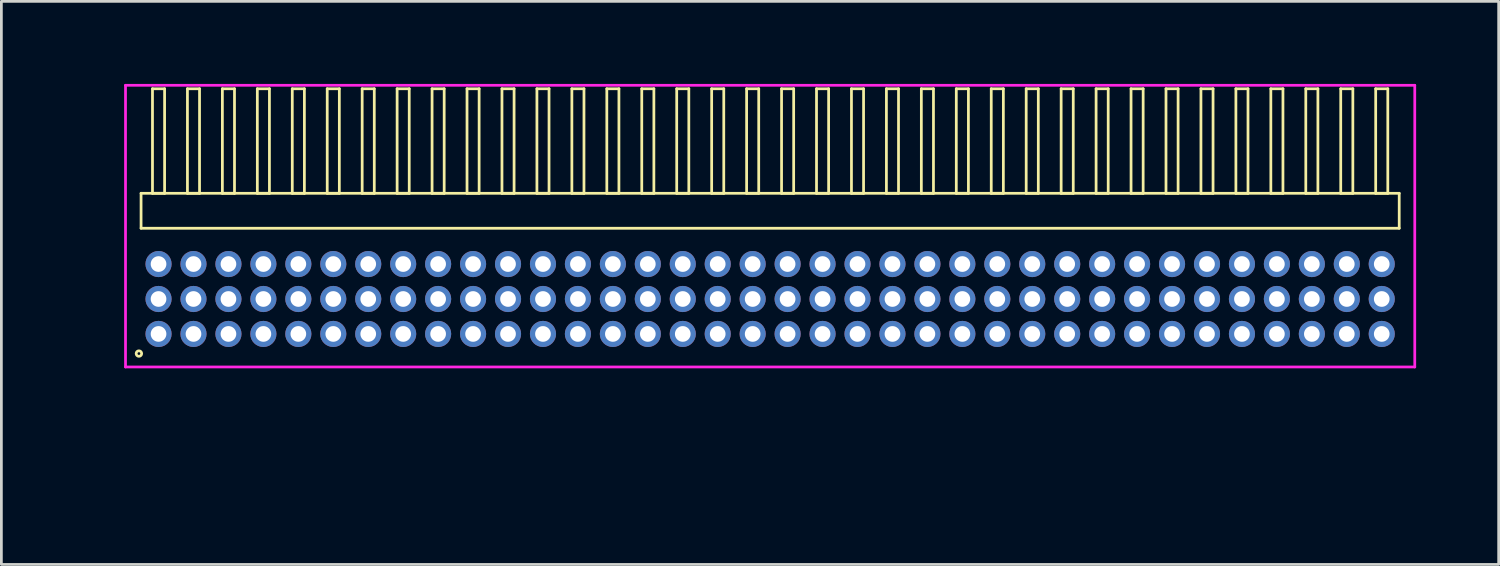
<source format=kicad_pcb>
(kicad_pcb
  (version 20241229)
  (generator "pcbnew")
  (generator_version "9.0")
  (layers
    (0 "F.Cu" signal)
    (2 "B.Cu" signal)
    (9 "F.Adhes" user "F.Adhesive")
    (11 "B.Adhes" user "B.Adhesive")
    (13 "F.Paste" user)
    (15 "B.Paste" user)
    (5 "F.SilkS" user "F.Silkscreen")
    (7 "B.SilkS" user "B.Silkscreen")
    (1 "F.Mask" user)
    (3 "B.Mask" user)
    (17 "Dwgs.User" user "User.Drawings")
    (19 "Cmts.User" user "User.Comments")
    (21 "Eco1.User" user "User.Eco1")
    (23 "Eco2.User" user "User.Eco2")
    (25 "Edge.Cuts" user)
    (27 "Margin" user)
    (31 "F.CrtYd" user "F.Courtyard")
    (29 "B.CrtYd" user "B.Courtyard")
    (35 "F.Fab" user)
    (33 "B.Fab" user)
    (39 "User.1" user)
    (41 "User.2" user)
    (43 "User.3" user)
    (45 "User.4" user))
  (footprint "HDR_RA127P36x3"
    (layer "F.Cu")
    (at 24.936 7.815)
    (property "Reference" "HDR_RA127P36x3" (at -24.175 0 90) (layer "User.1") (effects (font (size 1 1) (thickness 0.1))))
    (attr through_hole)
    (fp_line (start -22.86 -3.84) (end -22.86 -2.57) (stroke (width 0.1) (type solid)) (layer "F.SilkS"))
    (fp_line (start -22.86 -2.57) (end 22.86 -2.57) (stroke (width 0.1) (type solid)) (layer "F.SilkS"))
    (fp_line (start -22.445 -7.64) (end -22.445 -3.84) (stroke (width 0.1) (type solid)) (layer "F.SilkS"))
    (fp_line (start -22.445 -3.84) (end -22.005 -3.84) (stroke (width 0.1) (type solid)) (layer "F.SilkS"))
    (fp_line (start -22.005 -7.64) (end -22.445 -7.64) (stroke (width 0.1) (type solid)) (layer "F.SilkS"))
    (fp_line (start -22.005 -3.84) (end -22.005 -7.64) (stroke (width 0.1) (type solid)) (layer "F.SilkS"))
    (fp_line (start -21.175 -7.64) (end -21.175 -3.84) (stroke (width 0.1) (type solid)) (layer "F.SilkS"))
    (fp_line (start -21.175 -3.84) (end -20.735 -3.84) (stroke (width 0.1) (type solid)) (layer "F.SilkS"))
    (fp_line (start -20.735 -7.64) (end -21.175 -7.64) (stroke (width 0.1) (type solid)) (layer "F.SilkS"))
    (fp_line (start -20.735 -3.84) (end -20.735 -7.64) (stroke (width 0.1) (type solid)) (layer "F.SilkS"))
    (fp_line (start -19.905 -7.64) (end -19.905 -3.84) (stroke (width 0.1) (type solid)) (layer "F.SilkS"))
    (fp_line (start -19.905 -3.84) (end -19.465 -3.84) (stroke (width 0.1) (type solid)) (layer "F.SilkS"))
    (fp_line (start -19.465 -7.64) (end -19.905 -7.64) (stroke (width 0.1) (type solid)) (layer "F.SilkS"))
    (fp_line (start -19.465 -3.84) (end -19.465 -7.64) (stroke (width 0.1) (type solid)) (layer "F.SilkS"))
    (fp_line (start -18.635 -7.64) (end -18.635 -3.84) (stroke (width 0.1) (type solid)) (layer "F.SilkS"))
    (fp_line (start -18.635 -3.84) (end -18.195 -3.84) (stroke (width 0.1) (type solid)) (layer "F.SilkS"))
    (fp_line (start -18.195 -7.64) (end -18.635 -7.64) (stroke (width 0.1) (type solid)) (layer "F.SilkS"))
    (fp_line (start -18.195 -3.84) (end -18.195 -7.64) (stroke (width 0.1) (type solid)) (layer "F.SilkS"))
    (fp_line (start -17.365 -7.64) (end -17.365 -3.84) (stroke (width 0.1) (type solid)) (layer "F.SilkS"))
    (fp_line (start -17.365 -3.84) (end -16.925 -3.84) (stroke (width 0.1) (type solid)) (layer "F.SilkS"))
    (fp_line (start -16.925 -7.64) (end -17.365 -7.64) (stroke (width 0.1) (type solid)) (layer "F.SilkS"))
    (fp_line (start -16.925 -3.84) (end -16.925 -7.64) (stroke (width 0.1) (type solid)) (layer "F.SilkS"))
    (fp_line (start -16.095 -7.64) (end -16.095 -3.84) (stroke (width 0.1) (type solid)) (layer "F.SilkS"))
    (fp_line (start -16.095 -3.84) (end -15.655 -3.84) (stroke (width 0.1) (type solid)) (layer "F.SilkS"))
    (fp_line (start -15.655 -7.64) (end -16.095 -7.64) (stroke (width 0.1) (type solid)) (layer "F.SilkS"))
    (fp_line (start -15.655 -3.84) (end -15.655 -7.64) (stroke (width 0.1) (type solid)) (layer "F.SilkS"))
    (fp_line (start -14.825 -7.64) (end -14.825 -3.84) (stroke (width 0.1) (type solid)) (layer "F.SilkS"))
    (fp_line (start -14.825 -3.84) (end -14.385 -3.84) (stroke (width 0.1) (type solid)) (layer "F.SilkS"))
    (fp_line (start -14.385 -7.64) (end -14.825 -7.64) (stroke (width 0.1) (type solid)) (layer "F.SilkS"))
    (fp_line (start -14.385 -3.84) (end -14.385 -7.64) (stroke (width 0.1) (type solid)) (layer "F.SilkS"))
    (fp_line (start -13.555 -7.64) (end -13.555 -3.84) (stroke (width 0.1) (type solid)) (layer "F.SilkS"))
    (fp_line (start -13.555 -3.84) (end -13.115 -3.84) (stroke (width 0.1) (type solid)) (layer "F.SilkS"))
    (fp_line (start -13.115 -7.64) (end -13.555 -7.64) (stroke (width 0.1) (type solid)) (layer "F.SilkS"))
    (fp_line (start -13.115 -3.84) (end -13.115 -7.64) (stroke (width 0.1) (type solid)) (layer "F.SilkS"))
    (fp_line (start -12.285 -7.64) (end -12.285 -3.84) (stroke (width 0.1) (type solid)) (layer "F.SilkS"))
    (fp_line (start -12.285 -3.84) (end -11.845 -3.84) (stroke (width 0.1) (type solid)) (layer "F.SilkS"))
    (fp_line (start -11.845 -7.64) (end -12.285 -7.64) (stroke (width 0.1) (type solid)) (layer "F.SilkS"))
    (fp_line (start -11.845 -3.84) (end -11.845 -7.64) (stroke (width 0.1) (type solid)) (layer "F.SilkS"))
    (fp_line (start -11.015 -7.64) (end -11.015 -3.84) (stroke (width 0.1) (type solid)) (layer "F.SilkS"))
    (fp_line (start -11.015 -3.84) (end -10.575 -3.84) (stroke (width 0.1) (type solid)) (layer "F.SilkS"))
    (fp_line (start -10.575 -7.64) (end -11.015 -7.64) (stroke (width 0.1) (type solid)) (layer "F.SilkS"))
    (fp_line (start -10.575 -3.84) (end -10.575 -7.64) (stroke (width 0.1) (type solid)) (layer "F.SilkS"))
    (fp_line (start -9.745 -7.64) (end -9.745 -3.84) (stroke (width 0.1) (type solid)) (layer "F.SilkS"))
    (fp_line (start -9.745 -3.84) (end -9.305 -3.84) (stroke (width 0.1) (type solid)) (layer "F.SilkS"))
    (fp_line (start -9.305 -7.64) (end -9.745 -7.64) (stroke (width 0.1) (type solid)) (layer "F.SilkS"))
    (fp_line (start -9.305 -3.84) (end -9.305 -7.64) (stroke (width 0.1) (type solid)) (layer "F.SilkS"))
    (fp_line (start -8.475 -7.64) (end -8.475 -3.84) (stroke (width 0.1) (type solid)) (layer "F.SilkS"))
    (fp_line (start -8.475 -3.84) (end -8.035 -3.84) (stroke (width 0.1) (type solid)) (layer "F.SilkS"))
    (fp_line (start -8.035 -7.64) (end -8.475 -7.64) (stroke (width 0.1) (type solid)) (layer "F.SilkS"))
    (fp_line (start -8.035 -3.84) (end -8.035 -7.64) (stroke (width 0.1) (type solid)) (layer "F.SilkS"))
    (fp_line (start -7.205 -7.64) (end -7.205 -3.84) (stroke (width 0.1) (type solid)) (layer "F.SilkS"))
    (fp_line (start -7.205 -3.84) (end -6.765 -3.84) (stroke (width 0.1) (type solid)) (layer "F.SilkS"))
    (fp_line (start -6.765 -7.64) (end -7.205 -7.64) (stroke (width 0.1) (type solid)) (layer "F.SilkS"))
    (fp_line (start -6.765 -3.84) (end -6.765 -7.64) (stroke (width 0.1) (type solid)) (layer "F.SilkS"))
    (fp_line (start -5.935 -7.64) (end -5.935 -3.84) (stroke (width 0.1) (type solid)) (layer "F.SilkS"))
    (fp_line (start -5.935 -3.84) (end -5.495 -3.84) (stroke (width 0.1) (type solid)) (layer "F.SilkS"))
    (fp_line (start -5.495 -7.64) (end -5.935 -7.64) (stroke (width 0.1) (type solid)) (layer "F.SilkS"))
    (fp_line (start -5.495 -3.84) (end -5.495 -7.64) (stroke (width 0.1) (type solid)) (layer "F.SilkS"))
    (fp_line (start -4.665 -7.64) (end -4.665 -3.84) (stroke (width 0.1) (type solid)) (layer "F.SilkS"))
    (fp_line (start -4.665 -3.84) (end -4.225 -3.84) (stroke (width 0.1) (type solid)) (layer "F.SilkS"))
    (fp_line (start -4.225 -7.64) (end -4.665 -7.64) (stroke (width 0.1) (type solid)) (layer "F.SilkS"))
    (fp_line (start -4.225 -3.84) (end -4.225 -7.64) (stroke (width 0.1) (type solid)) (layer "F.SilkS"))
    (fp_line (start -3.395 -7.64) (end -3.395 -3.84) (stroke (width 0.1) (type solid)) (layer "F.SilkS"))
    (fp_line (start -3.395 -3.84) (end -2.955 -3.84) (stroke (width 0.1) (type solid)) (layer "F.SilkS"))
    (fp_line (start -2.955 -7.64) (end -3.395 -7.64) (stroke (width 0.1) (type solid)) (layer "F.SilkS"))
    (fp_line (start -2.955 -3.84) (end -2.955 -7.64) (stroke (width 0.1) (type solid)) (layer "F.SilkS"))
    (fp_line (start -2.125 -7.64) (end -2.125 -3.84) (stroke (width 0.1) (type solid)) (layer "F.SilkS"))
    (fp_line (start -2.125 -3.84) (end -1.685 -3.84) (stroke (width 0.1) (type solid)) (layer "F.SilkS"))
    (fp_line (start -1.685 -7.64) (end -2.125 -7.64) (stroke (width 0.1) (type solid)) (layer "F.SilkS"))
    (fp_line (start -1.685 -3.84) (end -1.685 -7.64) (stroke (width 0.1) (type solid)) (layer "F.SilkS"))
    (fp_line (start -0.855 -7.64) (end -0.855 -3.84) (stroke (width 0.1) (type solid)) (layer "F.SilkS"))
    (fp_line (start -0.855 -3.84) (end -0.415 -3.84) (stroke (width 0.1) (type solid)) (layer "F.SilkS"))
    (fp_line (start -0.415 -7.64) (end -0.855 -7.64) (stroke (width 0.1) (type solid)) (layer "F.SilkS"))
    (fp_line (start -0.415 -3.84) (end -0.415 -7.64) (stroke (width 0.1) (type solid)) (layer "F.SilkS"))
    (fp_line (start 0.415 -7.64) (end 0.415 -3.84) (stroke (width 0.1) (type solid)) (layer "F.SilkS"))
    (fp_line (start 0.415 -3.84) (end 0.855 -3.84) (stroke (width 0.1) (type solid)) (layer "F.SilkS"))
    (fp_line (start 0.855 -7.64) (end 0.415 -7.64) (stroke (width 0.1) (type solid)) (layer "F.SilkS"))
    (fp_line (start 0.855 -3.84) (end 0.855 -7.64) (stroke (width 0.1) (type solid)) (layer "F.SilkS"))
    (fp_line (start 1.685 -7.64) (end 1.685 -3.84) (stroke (width 0.1) (type solid)) (layer "F.SilkS"))
    (fp_line (start 1.685 -3.84) (end 2.125 -3.84) (stroke (width 0.1) (type solid)) (layer "F.SilkS"))
    (fp_line (start 2.125 -7.64) (end 1.685 -7.64) (stroke (width 0.1) (type solid)) (layer "F.SilkS"))
    (fp_line (start 2.125 -3.84) (end 2.125 -7.64) (stroke (width 0.1) (type solid)) (layer "F.SilkS"))
    (fp_line (start 2.955 -7.64) (end 2.955 -3.84) (stroke (width 0.1) (type solid)) (layer "F.SilkS"))
    (fp_line (start 2.955 -3.84) (end 3.395 -3.84) (stroke (width 0.1) (type solid)) (layer "F.SilkS"))
    (fp_line (start 3.395 -7.64) (end 2.955 -7.64) (stroke (width 0.1) (type solid)) (layer "F.SilkS"))
    (fp_line (start 3.395 -3.84) (end 3.395 -7.64) (stroke (width 0.1) (type solid)) (layer "F.SilkS"))
    (fp_line (start 4.225 -7.64) (end 4.225 -3.84) (stroke (width 0.1) (type solid)) (layer "F.SilkS"))
    (fp_line (start 4.225 -3.84) (end 4.665 -3.84) (stroke (width 0.1) (type solid)) (layer "F.SilkS"))
    (fp_line (start 4.665 -7.64) (end 4.225 -7.64) (stroke (width 0.1) (type solid)) (layer "F.SilkS"))
    (fp_line (start 4.665 -3.84) (end 4.665 -7.64) (stroke (width 0.1) (type solid)) (layer "F.SilkS"))
    (fp_line (start 5.495 -7.64) (end 5.495 -3.84) (stroke (width 0.1) (type solid)) (layer "F.SilkS"))
    (fp_line (start 5.495 -3.84) (end 5.935 -3.84) (stroke (width 0.1) (type solid)) (layer "F.SilkS"))
    (fp_line (start 5.935 -7.64) (end 5.495 -7.64) (stroke (width 0.1) (type solid)) (layer "F.SilkS"))
    (fp_line (start 5.935 -3.84) (end 5.935 -7.64) (stroke (width 0.1) (type solid)) (layer "F.SilkS"))
    (fp_line (start 6.765 -7.64) (end 6.765 -3.84) (stroke (width 0.1) (type solid)) (layer "F.SilkS"))
    (fp_line (start 6.765 -3.84) (end 7.205 -3.84) (stroke (width 0.1) (type solid)) (layer "F.SilkS"))
    (fp_line (start 7.205 -7.64) (end 6.765 -7.64) (stroke (width 0.1) (type solid)) (layer "F.SilkS"))
    (fp_line (start 7.205 -3.84) (end 7.205 -7.64) (stroke (width 0.1) (type solid)) (layer "F.SilkS"))
    (fp_line (start 8.035 -7.64) (end 8.035 -3.84) (stroke (width 0.1) (type solid)) (layer "F.SilkS"))
    (fp_line (start 8.035 -3.84) (end 8.475 -3.84) (stroke (width 0.1) (type solid)) (layer "F.SilkS"))
    (fp_line (start 8.475 -7.64) (end 8.035 -7.64) (stroke (width 0.1) (type solid)) (layer "F.SilkS"))
    (fp_line (start 8.475 -3.84) (end 8.475 -7.64) (stroke (width 0.1) (type solid)) (layer "F.SilkS"))
    (fp_line (start 9.305 -7.64) (end 9.305 -3.84) (stroke (width 0.1) (type solid)) (layer "F.SilkS"))
    (fp_line (start 9.305 -3.84) (end 9.745 -3.84) (stroke (width 0.1) (type solid)) (layer "F.SilkS"))
    (fp_line (start 9.745 -7.64) (end 9.305 -7.64) (stroke (width 0.1) (type solid)) (layer "F.SilkS"))
    (fp_line (start 9.745 -3.84) (end 9.745 -7.64) (stroke (width 0.1) (type solid)) (layer "F.SilkS"))
    (fp_line (start 10.575 -7.64) (end 10.575 -3.84) (stroke (width 0.1) (type solid)) (layer "F.SilkS"))
    (fp_line (start 10.575 -3.84) (end 11.015 -3.84) (stroke (width 0.1) (type solid)) (layer "F.SilkS"))
    (fp_line (start 11.015 -7.64) (end 10.575 -7.64) (stroke (width 0.1) (type solid)) (layer "F.SilkS"))
    (fp_line (start 11.015 -3.84) (end 11.015 -7.64) (stroke (width 0.1) (type solid)) (layer "F.SilkS"))
    (fp_line (start 11.845 -7.64) (end 11.845 -3.84) (stroke (width 0.1) (type solid)) (layer "F.SilkS"))
    (fp_line (start 11.845 -3.84) (end 12.285 -3.84) (stroke (width 0.1) (type solid)) (layer "F.SilkS"))
    (fp_line (start 12.285 -7.64) (end 11.845 -7.64) (stroke (width 0.1) (type solid)) (layer "F.SilkS"))
    (fp_line (start 12.285 -3.84) (end 12.285 -7.64) (stroke (width 0.1) (type solid)) (layer "F.SilkS"))
    (fp_line (start 13.115 -7.64) (end 13.115 -3.84) (stroke (width 0.1) (type solid)) (layer "F.SilkS"))
    (fp_line (start 13.115 -3.84) (end 13.555 -3.84) (stroke (width 0.1) (type solid)) (layer "F.SilkS"))
    (fp_line (start 13.555 -7.64) (end 13.115 -7.64) (stroke (width 0.1) (type solid)) (layer "F.SilkS"))
    (fp_line (start 13.555 -3.84) (end 13.555 -7.64) (stroke (width 0.1) (type solid)) (layer "F.SilkS"))
    (fp_line (start 14.385 -7.64) (end 14.385 -3.84) (stroke (width 0.1) (type solid)) (layer "F.SilkS"))
    (fp_line (start 14.385 -3.84) (end 14.825 -3.84) (stroke (width 0.1) (type solid)) (layer "F.SilkS"))
    (fp_line (start 14.825 -7.64) (end 14.385 -7.64) (stroke (width 0.1) (type solid)) (layer "F.SilkS"))
    (fp_line (start 14.825 -3.84) (end 14.825 -7.64) (stroke (width 0.1) (type solid)) (layer "F.SilkS"))
    (fp_line (start 15.655 -7.64) (end 15.655 -3.84) (stroke (width 0.1) (type solid)) (layer "F.SilkS"))
    (fp_line (start 15.655 -3.84) (end 16.095 -3.84) (stroke (width 0.1) (type solid)) (layer "F.SilkS"))
    (fp_line (start 16.095 -7.64) (end 15.655 -7.64) (stroke (width 0.1) (type solid)) (layer "F.SilkS"))
    (fp_line (start 16.095 -3.84) (end 16.095 -7.64) (stroke (width 0.1) (type solid)) (layer "F.SilkS"))
    (fp_line (start 16.925 -7.64) (end 16.925 -3.84) (stroke (width 0.1) (type solid)) (layer "F.SilkS"))
    (fp_line (start 16.925 -3.84) (end 17.365 -3.84) (stroke (width 0.1) (type solid)) (layer "F.SilkS"))
    (fp_line (start 17.365 -7.64) (end 16.925 -7.64) (stroke (width 0.1) (type solid)) (layer "F.SilkS"))
    (fp_line (start 17.365 -3.84) (end 17.365 -7.64) (stroke (width 0.1) (type solid)) (layer "F.SilkS"))
    (fp_line (start 18.195 -7.64) (end 18.195 -3.84) (stroke (width 0.1) (type solid)) (layer "F.SilkS"))
    (fp_line (start 18.195 -3.84) (end 18.635 -3.84) (stroke (width 0.1) (type solid)) (layer "F.SilkS"))
    (fp_line (start 18.635 -7.64) (end 18.195 -7.64) (stroke (width 0.1) (type solid)) (layer "F.SilkS"))
    (fp_line (start 18.635 -3.84) (end 18.635 -7.64) (stroke (width 0.1) (type solid)) (layer "F.SilkS"))
    (fp_line (start 19.465 -7.64) (end 19.465 -3.84) (stroke (width 0.1) (type solid)) (layer "F.SilkS"))
    (fp_line (start 19.465 -3.84) (end 19.905 -3.84) (stroke (width 0.1) (type solid)) (layer "F.SilkS"))
    (fp_line (start 19.905 -7.64) (end 19.465 -7.64) (stroke (width 0.1) (type solid)) (layer "F.SilkS"))
    (fp_line (start 19.905 -3.84) (end 19.905 -7.64) (stroke (width 0.1) (type solid)) (layer "F.SilkS"))
    (fp_line (start 20.735 -7.64) (end 20.735 -3.84) (stroke (width 0.1) (type solid)) (layer "F.SilkS"))
    (fp_line (start 20.735 -3.84) (end 21.175 -3.84) (stroke (width 0.1) (type solid)) (layer "F.SilkS"))
    (fp_line (start 21.175 -7.64) (end 20.735 -7.64) (stroke (width 0.1) (type solid)) (layer "F.SilkS"))
    (fp_line (start 21.175 -3.84) (end 21.175 -7.64) (stroke (width 0.1) (type solid)) (layer "F.SilkS"))
    (fp_line (start 22.005 -7.64) (end 22.005 -3.84) (stroke (width 0.1) (type solid)) (layer "F.SilkS"))
    (fp_line (start 22.005 -3.84) (end 22.445 -3.84) (stroke (width 0.1) (type solid)) (layer "F.SilkS"))
    (fp_line (start 22.445 -7.64) (end 22.005 -7.64) (stroke (width 0.1) (type solid)) (layer "F.SilkS"))
    (fp_line (start 22.445 -3.84) (end 22.445 -7.64) (stroke (width 0.1) (type solid)) (layer "F.SilkS"))
    (fp_line (start 22.86 -3.84) (end -22.86 -3.84) (stroke (width 0.1) (type solid)) (layer "F.SilkS"))
    (fp_line (start 22.86 -2.57) (end 22.86 -3.84) (stroke (width 0.1) (type solid)) (layer "F.SilkS"))
    (fp_circle (center -22.938 1.983) (end -22.838 1.983) (stroke (width 0.1) (type solid)) (fill no) (layer "F.SilkS"))
    (fp_line (start -23.425 -7.765) (end -23.425 2.47) (stroke (width 0.1) (type solid)) (layer "F.CrtYd"))
    (fp_line (start -23.425 2.47) (end 23.425 2.47) (stroke (width 0.1) (type solid)) (layer "F.CrtYd"))
    (fp_line (start 23.425 -7.765) (end -23.425 -7.765) (stroke (width 0.1) (type solid)) (layer "F.CrtYd"))
    (fp_line (start 23.425 2.47) (end 23.425 -7.765) (stroke (width 0.1) (type solid)) (layer "F.CrtYd"))
    (pad "1" thru_hole oval (at -22.225 1.27) (size 0.95 0.95) (drill 0.57) (layers "*.Cu" "*.Mask"))
    (pad "2" thru_hole oval (at -22.225 0) (size 0.95 0.95) (drill 0.57) (layers "*.Cu" "*.Mask"))
    (pad "3" thru_hole oval (at -22.225 -1.27) (size 0.95 0.95) (drill 0.57) (layers "*.Cu" "*.Mask"))
    (pad "4" thru_hole oval (at -20.955 1.27) (size 0.95 0.95) (drill 0.57) (layers "*.Cu" "*.Mask"))
    (pad "5" thru_hole oval (at -20.955 0) (size 0.95 0.95) (drill 0.57) (layers "*.Cu" "*.Mask"))
    (pad "6" thru_hole oval (at -20.955 -1.27) (size 0.95 0.95) (drill 0.57) (layers "*.Cu" "*.Mask"))
    (pad "7" thru_hole oval (at -19.685 1.27) (size 0.95 0.95) (drill 0.57) (layers "*.Cu" "*.Mask"))
    (pad "8" thru_hole oval (at -19.685 0) (size 0.95 0.95) (drill 0.57) (layers "*.Cu" "*.Mask"))
    (pad "9" thru_hole oval (at -19.685 -1.27) (size 0.95 0.95) (drill 0.57) (layers "*.Cu" "*.Mask"))
    (pad "10" thru_hole oval (at -18.415 1.27) (size 0.95 0.95) (drill 0.57) (layers "*.Cu" "*.Mask"))
    (pad "11" thru_hole oval (at -18.415 0) (size 0.95 0.95) (drill 0.57) (layers "*.Cu" "*.Mask"))
    (pad "12" thru_hole oval (at -18.415 -1.27) (size 0.95 0.95) (drill 0.57) (layers "*.Cu" "*.Mask"))
    (pad "13" thru_hole oval (at -17.145 1.27) (size 0.95 0.95) (drill 0.57) (layers "*.Cu" "*.Mask"))
    (pad "14" thru_hole oval (at -17.145 0) (size 0.95 0.95) (drill 0.57) (layers "*.Cu" "*.Mask"))
    (pad "15" thru_hole oval (at -17.145 -1.27) (size 0.95 0.95) (drill 0.57) (layers "*.Cu" "*.Mask"))
    (pad "16" thru_hole oval (at -15.875 1.27) (size 0.95 0.95) (drill 0.57) (layers "*.Cu" "*.Mask"))
    (pad "17" thru_hole oval (at -15.875 0) (size 0.95 0.95) (drill 0.57) (layers "*.Cu" "*.Mask"))
    (pad "18" thru_hole oval (at -15.875 -1.27) (size 0.95 0.95) (drill 0.57) (layers "*.Cu" "*.Mask"))
    (pad "19" thru_hole oval (at -14.605 1.27) (size 0.95 0.95) (drill 0.57) (layers "*.Cu" "*.Mask"))
    (pad "20" thru_hole oval (at -14.605 0) (size 0.95 0.95) (drill 0.57) (layers "*.Cu" "*.Mask"))
    (pad "21" thru_hole oval (at -14.605 -1.27) (size 0.95 0.95) (drill 0.57) (layers "*.Cu" "*.Mask"))
    (pad "22" thru_hole oval (at -13.335 1.27) (size 0.95 0.95) (drill 0.57) (layers "*.Cu" "*.Mask"))
    (pad "23" thru_hole oval (at -13.335 0) (size 0.95 0.95) (drill 0.57) (layers "*.Cu" "*.Mask"))
    (pad "24" thru_hole oval (at -13.335 -1.27) (size 0.95 0.95) (drill 0.57) (layers "*.Cu" "*.Mask"))
    (pad "25" thru_hole oval (at -12.065 1.27) (size 0.95 0.95) (drill 0.57) (layers "*.Cu" "*.Mask"))
    (pad "26" thru_hole oval (at -12.065 0) (size 0.95 0.95) (drill 0.57) (layers "*.Cu" "*.Mask"))
    (pad "27" thru_hole oval (at -12.065 -1.27) (size 0.95 0.95) (drill 0.57) (layers "*.Cu" "*.Mask"))
    (pad "28" thru_hole oval (at -10.795 1.27) (size 0.95 0.95) (drill 0.57) (layers "*.Cu" "*.Mask"))
    (pad "29" thru_hole oval (at -10.795 0) (size 0.95 0.95) (drill 0.57) (layers "*.Cu" "*.Mask"))
    (pad "30" thru_hole oval (at -10.795 -1.27) (size 0.95 0.95) (drill 0.57) (layers "*.Cu" "*.Mask"))
    (pad "31" thru_hole oval (at -9.525 1.27) (size 0.95 0.95) (drill 0.57) (layers "*.Cu" "*.Mask"))
    (pad "32" thru_hole oval (at -9.525 0) (size 0.95 0.95) (drill 0.57) (layers "*.Cu" "*.Mask"))
    (pad "33" thru_hole oval (at -9.525 -1.27) (size 0.95 0.95) (drill 0.57) (layers "*.Cu" "*.Mask"))
    (pad "34" thru_hole oval (at -8.255 1.27) (size 0.95 0.95) (drill 0.57) (layers "*.Cu" "*.Mask"))
    (pad "35" thru_hole oval (at -8.255 0) (size 0.95 0.95) (drill 0.57) (layers "*.Cu" "*.Mask"))
    (pad "36" thru_hole oval (at -8.255 -1.27) (size 0.95 0.95) (drill 0.57) (layers "*.Cu" "*.Mask"))
    (pad "37" thru_hole oval (at -6.985 1.27) (size 0.95 0.95) (drill 0.57) (layers "*.Cu" "*.Mask"))
    (pad "38" thru_hole oval (at -6.985 0) (size 0.95 0.95) (drill 0.57) (layers "*.Cu" "*.Mask"))
    (pad "39" thru_hole oval (at -6.985 -1.27) (size 0.95 0.95) (drill 0.57) (layers "*.Cu" "*.Mask"))
    (pad "40" thru_hole oval (at -5.715 1.27) (size 0.95 0.95) (drill 0.57) (layers "*.Cu" "*.Mask"))
    (pad "41" thru_hole oval (at -5.715 0) (size 0.95 0.95) (drill 0.57) (layers "*.Cu" "*.Mask"))
    (pad "42" thru_hole oval (at -5.715 -1.27) (size 0.95 0.95) (drill 0.57) (layers "*.Cu" "*.Mask"))
    (pad "43" thru_hole oval (at -4.445 1.27) (size 0.95 0.95) (drill 0.57) (layers "*.Cu" "*.Mask"))
    (pad "44" thru_hole oval (at -4.445 0) (size 0.95 0.95) (drill 0.57) (layers "*.Cu" "*.Mask"))
    (pad "45" thru_hole oval (at -4.445 -1.27) (size 0.95 0.95) (drill 0.57) (layers "*.Cu" "*.Mask"))
    (pad "46" thru_hole oval (at -3.175 1.27) (size 0.95 0.95) (drill 0.57) (layers "*.Cu" "*.Mask"))
    (pad "47" thru_hole oval (at -3.175 0) (size 0.95 0.95) (drill 0.57) (layers "*.Cu" "*.Mask"))
    (pad "48" thru_hole oval (at -3.175 -1.27) (size 0.95 0.95) (drill 0.57) (layers "*.Cu" "*.Mask"))
    (pad "49" thru_hole oval (at -1.905 1.27) (size 0.95 0.95) (drill 0.57) (layers "*.Cu" "*.Mask"))
    (pad "50" thru_hole oval (at -1.905 0) (size 0.95 0.95) (drill 0.57) (layers "*.Cu" "*.Mask"))
    (pad "51" thru_hole oval (at -1.905 -1.27) (size 0.95 0.95) (drill 0.57) (layers "*.Cu" "*.Mask"))
    (pad "52" thru_hole oval (at -0.635 1.27) (size 0.95 0.95) (drill 0.57) (layers "*.Cu" "*.Mask"))
    (pad "53" thru_hole oval (at -0.635 0) (size 0.95 0.95) (drill 0.57) (layers "*.Cu" "*.Mask"))
    (pad "54" thru_hole oval (at -0.635 -1.27) (size 0.95 0.95) (drill 0.57) (layers "*.Cu" "*.Mask"))
    (pad "55" thru_hole oval (at 0.635 1.27) (size 0.95 0.95) (drill 0.57) (layers "*.Cu" "*.Mask"))
    (pad "56" thru_hole oval (at 0.635 0) (size 0.95 0.95) (drill 0.57) (layers "*.Cu" "*.Mask"))
    (pad "57" thru_hole oval (at 0.635 -1.27) (size 0.95 0.95) (drill 0.57) (layers "*.Cu" "*.Mask"))
    (pad "58" thru_hole oval (at 1.905 1.27) (size 0.95 0.95) (drill 0.57) (layers "*.Cu" "*.Mask"))
    (pad "59" thru_hole oval (at 1.905 0) (size 0.95 0.95) (drill 0.57) (layers "*.Cu" "*.Mask"))
    (pad "60" thru_hole oval (at 1.905 -1.27) (size 0.95 0.95) (drill 0.57) (layers "*.Cu" "*.Mask"))
    (pad "61" thru_hole oval (at 3.175 1.27) (size 0.95 0.95) (drill 0.57) (layers "*.Cu" "*.Mask"))
    (pad "62" thru_hole oval (at 3.175 0) (size 0.95 0.95) (drill 0.57) (layers "*.Cu" "*.Mask"))
    (pad "63" thru_hole oval (at 3.175 -1.27) (size 0.95 0.95) (drill 0.57) (layers "*.Cu" "*.Mask"))
    (pad "64" thru_hole oval (at 4.445 1.27) (size 0.95 0.95) (drill 0.57) (layers "*.Cu" "*.Mask"))
    (pad "65" thru_hole oval (at 4.445 0) (size 0.95 0.95) (drill 0.57) (layers "*.Cu" "*.Mask"))
    (pad "66" thru_hole oval (at 4.445 -1.27) (size 0.95 0.95) (drill 0.57) (layers "*.Cu" "*.Mask"))
    (pad "67" thru_hole oval (at 5.715 1.27) (size 0.95 0.95) (drill 0.57) (layers "*.Cu" "*.Mask"))
    (pad "68" thru_hole oval (at 5.715 0) (size 0.95 0.95) (drill 0.57) (layers "*.Cu" "*.Mask"))
    (pad "69" thru_hole oval (at 5.715 -1.27) (size 0.95 0.95) (drill 0.57) (layers "*.Cu" "*.Mask"))
    (pad "70" thru_hole oval (at 6.985 1.27) (size 0.95 0.95) (drill 0.57) (layers "*.Cu" "*.Mask"))
    (pad "71" thru_hole oval (at 6.985 0) (size 0.95 0.95) (drill 0.57) (layers "*.Cu" "*.Mask"))
    (pad "72" thru_hole oval (at 6.985 -1.27) (size 0.95 0.95) (drill 0.57) (layers "*.Cu" "*.Mask"))
    (pad "73" thru_hole oval (at 8.255 1.27) (size 0.95 0.95) (drill 0.57) (layers "*.Cu" "*.Mask"))
    (pad "74" thru_hole oval (at 8.255 0) (size 0.95 0.95) (drill 0.57) (layers "*.Cu" "*.Mask"))
    (pad "75" thru_hole oval (at 8.255 -1.27) (size 0.95 0.95) (drill 0.57) (layers "*.Cu" "*.Mask"))
    (pad "76" thru_hole oval (at 9.525 1.27) (size 0.95 0.95) (drill 0.57) (layers "*.Cu" "*.Mask"))
    (pad "77" thru_hole oval (at 9.525 0) (size 0.95 0.95) (drill 0.57) (layers "*.Cu" "*.Mask"))
    (pad "78" thru_hole oval (at 9.525 -1.27) (size 0.95 0.95) (drill 0.57) (layers "*.Cu" "*.Mask"))
    (pad "79" thru_hole oval (at 10.795 1.27) (size 0.95 0.95) (drill 0.57) (layers "*.Cu" "*.Mask"))
    (pad "80" thru_hole oval (at 10.795 0) (size 0.95 0.95) (drill 0.57) (layers "*.Cu" "*.Mask"))
    (pad "81" thru_hole oval (at 10.795 -1.27) (size 0.95 0.95) (drill 0.57) (layers "*.Cu" "*.Mask"))
    (pad "82" thru_hole oval (at 12.065 1.27) (size 0.95 0.95) (drill 0.57) (layers "*.Cu" "*.Mask"))
    (pad "83" thru_hole oval (at 12.065 0) (size 0.95 0.95) (drill 0.57) (layers "*.Cu" "*.Mask"))
    (pad "84" thru_hole oval (at 12.065 -1.27) (size 0.95 0.95) (drill 0.57) (layers "*.Cu" "*.Mask"))
    (pad "85" thru_hole oval (at 13.335 1.27) (size 0.95 0.95) (drill 0.57) (layers "*.Cu" "*.Mask"))
    (pad "86" thru_hole oval (at 13.335 0) (size 0.95 0.95) (drill 0.57) (layers "*.Cu" "*.Mask"))
    (pad "87" thru_hole oval (at 13.335 -1.27) (size 0.95 0.95) (drill 0.57) (layers "*.Cu" "*.Mask"))
    (pad "88" thru_hole oval (at 14.605 1.27) (size 0.95 0.95) (drill 0.57) (layers "*.Cu" "*.Mask"))
    (pad "89" thru_hole oval (at 14.605 0) (size 0.95 0.95) (drill 0.57) (layers "*.Cu" "*.Mask"))
    (pad "90" thru_hole oval (at 14.605 -1.27) (size 0.95 0.95) (drill 0.57) (layers "*.Cu" "*.Mask"))
    (pad "91" thru_hole oval (at 15.875 1.27) (size 0.95 0.95) (drill 0.57) (layers "*.Cu" "*.Mask"))
    (pad "92" thru_hole oval (at 15.875 0) (size 0.95 0.95) (drill 0.57) (layers "*.Cu" "*.Mask"))
    (pad "93" thru_hole oval (at 15.875 -1.27) (size 0.95 0.95) (drill 0.57) (layers "*.Cu" "*.Mask"))
    (pad "94" thru_hole oval (at 17.145 1.27) (size 0.95 0.95) (drill 0.57) (layers "*.Cu" "*.Mask"))
    (pad "95" thru_hole oval (at 17.145 0) (size 0.95 0.95) (drill 0.57) (layers "*.Cu" "*.Mask"))
    (pad "96" thru_hole oval (at 17.145 -1.27) (size 0.95 0.95) (drill 0.57) (layers "*.Cu" "*.Mask"))
    (pad "97" thru_hole oval (at 18.415 1.27) (size 0.95 0.95) (drill 0.57) (layers "*.Cu" "*.Mask"))
    (pad "98" thru_hole oval (at 18.415 0) (size 0.95 0.95) (drill 0.57) (layers "*.Cu" "*.Mask"))
    (pad "99" thru_hole oval (at 18.415 -1.27) (size 0.95 0.95) (drill 0.57) (layers "*.Cu" "*.Mask"))
    (pad "100" thru_hole oval (at 19.685 1.27) (size 0.95 0.95) (drill 0.57) (layers "*.Cu" "*.Mask"))
    (pad "101" thru_hole oval (at 19.685 0) (size 0.95 0.95) (drill 0.57) (layers "*.Cu" "*.Mask"))
    (pad "102" thru_hole oval (at 19.685 -1.27) (size 0.95 0.95) (drill 0.57) (layers "*.Cu" "*.Mask"))
    (pad "103" thru_hole oval (at 20.955 1.27) (size 0.95 0.95) (drill 0.57) (layers "*.Cu" "*.Mask"))
    (pad "104" thru_hole oval (at 20.955 0) (size 0.95 0.95) (drill 0.57) (layers "*.Cu" "*.Mask"))
    (pad "105" thru_hole oval (at 20.955 -1.27) (size 0.95 0.95) (drill 0.57) (layers "*.Cu" "*.Mask"))
    (pad "106" thru_hole oval (at 22.225 1.27) (size 0.95 0.95) (drill 0.57) (layers "*.Cu" "*.Mask"))
    (pad "107" thru_hole oval (at 22.225 0) (size 0.95 0.95) (drill 0.57) (layers "*.Cu" "*.Mask"))
    (pad "108" thru_hole oval (at 22.225 -1.27) (size 0.95 0.95) (drill 0.57) (layers "*.Cu" "*.Mask")))
  (gr_rect
    (start -3 -3)
    (end 51.41 17.46)
    (stroke (width 0.1) (type default))
    (fill no)
    (layer "Edge.Cuts")))
</source>
